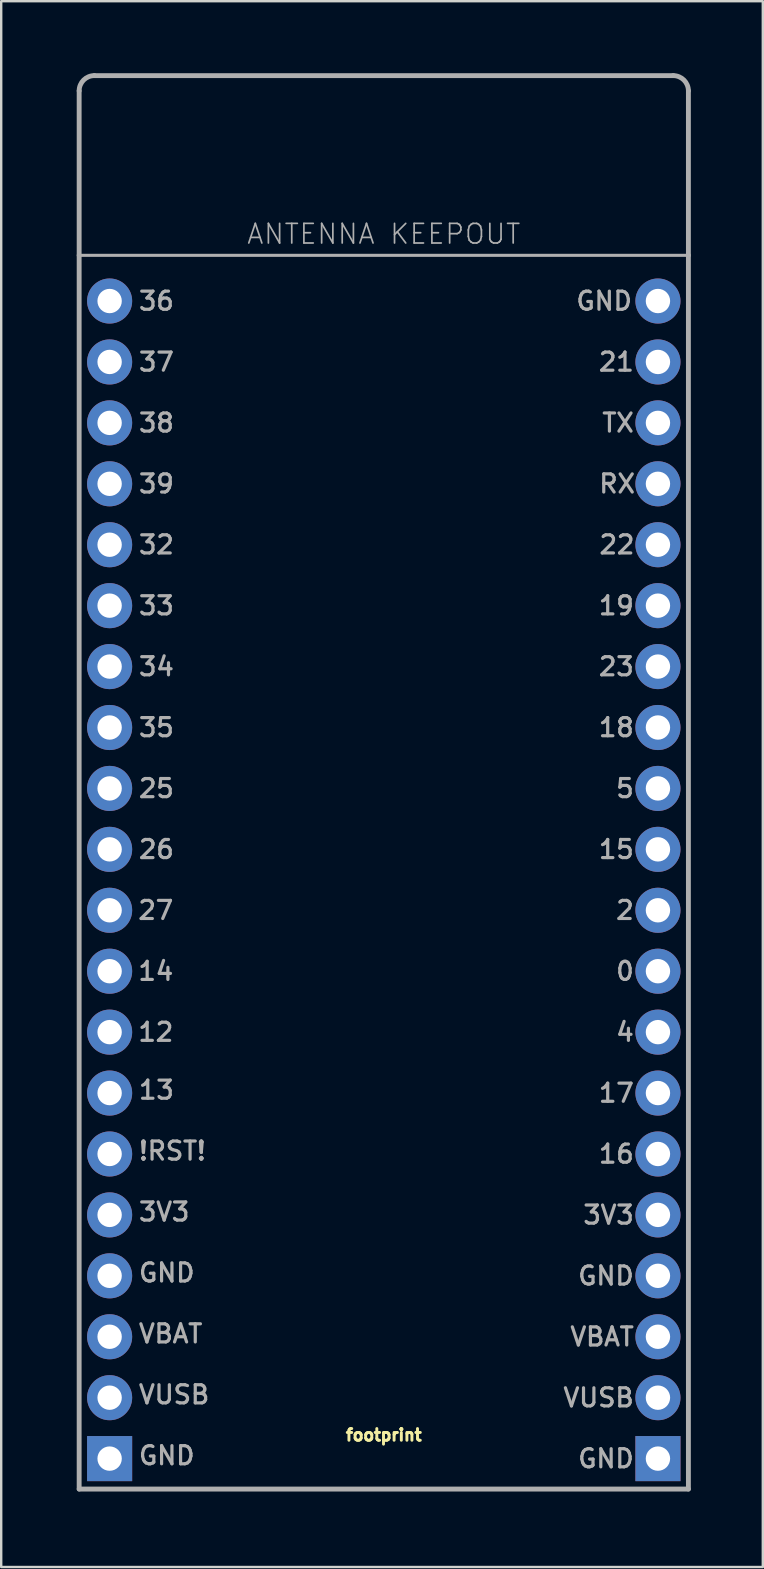
<source format=kicad_pcb>
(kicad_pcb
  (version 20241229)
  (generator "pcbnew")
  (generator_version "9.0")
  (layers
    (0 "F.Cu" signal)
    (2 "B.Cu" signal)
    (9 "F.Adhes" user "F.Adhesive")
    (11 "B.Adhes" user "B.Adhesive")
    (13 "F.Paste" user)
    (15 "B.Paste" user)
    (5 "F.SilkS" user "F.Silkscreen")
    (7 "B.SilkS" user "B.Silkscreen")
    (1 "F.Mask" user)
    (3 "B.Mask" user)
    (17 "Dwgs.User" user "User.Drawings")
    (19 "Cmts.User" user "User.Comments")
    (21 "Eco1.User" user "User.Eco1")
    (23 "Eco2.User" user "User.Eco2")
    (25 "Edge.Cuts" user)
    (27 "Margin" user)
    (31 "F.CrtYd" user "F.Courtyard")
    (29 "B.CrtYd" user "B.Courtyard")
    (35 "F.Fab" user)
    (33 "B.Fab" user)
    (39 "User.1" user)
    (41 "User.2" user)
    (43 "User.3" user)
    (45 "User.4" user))
  (footprint "footprint"
    (layer "F.Cu")
    (at 0.25 59.03)
    (property "Reference" "footprint" (at 12.7 -2.54 0) (layer "F.SilkS") (effects (font (size 0.488 0.488) (thickness 0.122)) (justify top)))
    (fp_line (start 0 -51.435) (end 0 -58.293) (stroke (width 0.203) (type solid)) (layer "F.Fab"))
    (fp_line (start 0 -51.435) (end 25.4 -51.435) (stroke (width 0.127) (type solid)) (layer "F.Fab"))
    (fp_line (start 0 0) (end 0 -51.435) (stroke (width 0.203) (type solid)) (layer "F.Fab"))
    (fp_line (start 0.635 -58.928) (end 24.765 -58.928) (stroke (width 0.203) (type solid)) (layer "F.Fab"))
    (fp_line (start 25.4 -58.293) (end 25.4 -51.435) (stroke (width 0.203) (type solid)) (layer "F.Fab"))
    (fp_line (start 25.4 -51.435) (end 25.4 0) (stroke (width 0.203) (type solid)) (layer "F.Fab"))
    (fp_line (start 25.4 0) (end 0 0) (stroke (width 0.203) (type solid)) (layer "F.Fab"))
    (fp_arc (start 0 -58.293) (mid 0.185987 -58.742013) (end 0.635 -58.928) (stroke (width 0.2032) (type solid)) (layer "F.Fab"))
    (fp_arc (start 24.765 -58.928) (mid 25.214013 -58.742013) (end 25.4 -58.293) (stroke (width 0.2032) (type solid)) (layer "F.Fab"))
    (fp_text user "!RST!" (at 2.413 -14.097 0) (layer "F.Fab") (effects (font (size 0.756 0.756) (thickness 0.133)) (justify left)))
    (fp_text user "13" (at 2.413 -16.637 0) (layer "F.Fab") (effects (font (size 0.756 0.756) (thickness 0.133)) (justify left)))
    (fp_text user "27" (at 2.388 -24.13 0) (layer "F.Fab") (effects (font (size 0.756 0.756) (thickness 0.133)) (justify left)))
    (fp_text user "VBAT" (at 23.203 -6.35 0) (layer "F.Fab") (effects (font (size 0.756 0.756) (thickness 0.133)) (justify right)))
    (fp_text user "25" (at 2.413 -29.21 0) (layer "F.Fab") (effects (font (size 0.756 0.756) (thickness 0.133)) (justify left)))
    (fp_text user "36" (at 2.413 -49.53 0) (layer "F.Fab") (effects (font (size 0.756 0.756) (thickness 0.133)) (justify left)))
    (fp_text user "15" (at 23.203 -26.67 0) (layer "F.Fab") (effects (font (size 0.756 0.756) (thickness 0.133)) (justify right)))
    (fp_text user "VUSB" (at 23.203 -3.81 0) (layer "F.Fab") (effects (font (size 0.756 0.756) (thickness 0.133)) (justify right)))
    (fp_text user "21" (at 23.203 -46.99 0) (layer "F.Fab") (effects (font (size 0.756 0.756) (thickness 0.133)) (justify right)))
    (fp_text user "3V3" (at 23.203 -11.43 0) (layer "F.Fab") (effects (font (size 0.756 0.756) (thickness 0.133)) (justify right)))
    (fp_text user "33" (at 2.413 -36.83 0) (layer "F.Fab") (effects (font (size 0.756 0.756) (thickness 0.133)) (justify left)))
    (fp_text user "37" (at 2.413 -46.99 0) (layer "F.Fab") (effects (font (size 0.756 0.756) (thickness 0.133)) (justify left)))
    (fp_text user "ANTENNA KEEPOUT" (at 12.7 -52.324 0) (layer "F.Fab") (effects (font (size 0.818 0.818) (thickness 0.071))))
    (fp_text user "34" (at 2.413 -34.29 0) (layer "F.Fab") (effects (font (size 0.756 0.756) (thickness 0.133)) (justify left)))
    (fp_text user "GND" (at 2.413 -1.397 0) (layer "F.Fab") (effects (font (size 0.756 0.756) (thickness 0.133)) (justify left)))
    (fp_text user "23" (at 23.203 -34.29 0) (layer "F.Fab") (effects (font (size 0.756 0.756) (thickness 0.133)) (justify right)))
    (fp_text user "VUSB" (at 2.413 -3.937 0) (layer "F.Fab") (effects (font (size 0.756 0.756) (thickness 0.133)) (justify left)))
    (fp_text user "38" (at 2.413 -44.45 0) (layer "F.Fab") (effects (font (size 0.756 0.756) (thickness 0.133)) (justify left)))
    (fp_text user "22" (at 23.228 -39.37 0) (layer "F.Fab") (effects (font (size 0.756 0.756) (thickness 0.133)) (justify right)))
    (fp_text user "RX" (at 23.254 -41.91 0) (layer "F.Fab") (effects (font (size 0.756 0.756) (thickness 0.133)) (justify right)))
    (fp_text user "3V3" (at 2.413 -11.557 0) (layer "F.Fab") (effects (font (size 0.756 0.756) (thickness 0.133)) (justify left)))
    (fp_text user "0" (at 23.203 -21.59 0) (layer "F.Fab") (effects (font (size 0.756 0.756) (thickness 0.133)) (justify right)))
    (fp_text user "4" (at 23.203 -19.05 0) (layer "F.Fab") (effects (font (size 0.756 0.756) (thickness 0.133)) (justify right)))
    (fp_text user "VBAT" (at 2.413 -6.477 0) (layer "F.Fab") (effects (font (size 0.756 0.756) (thickness 0.133)) (justify left)))
    (fp_text user "TX" (at 23.203 -44.45 0) (layer "F.Fab") (effects (font (size 0.756 0.756) (thickness 0.133)) (justify right)))
    (fp_text user "GND" (at 2.413 -9.017 0) (layer "F.Fab") (effects (font (size 0.756 0.756) (thickness 0.133)) (justify left)))
    (fp_text user "12" (at 2.388 -19.05 0) (layer "F.Fab") (effects (font (size 0.756 0.756) (thickness 0.133)) (justify left)))
    (fp_text user "16" (at 23.203 -13.97 0) (layer "F.Fab") (effects (font (size 0.756 0.756) (thickness 0.133)) (justify right)))
    (fp_text user "2" (at 23.203 -24.13 0) (layer "F.Fab") (effects (font (size 0.756 0.756) (thickness 0.133)) (justify right)))
    (fp_text user "32" (at 2.413 -39.37 0) (layer "F.Fab") (effects (font (size 0.756 0.756) (thickness 0.133)) (justify left)))
    (fp_text user "39" (at 2.413 -41.91 0) (layer "F.Fab") (effects (font (size 0.756 0.756) (thickness 0.133)) (justify left)))
    (fp_text user "GND" (at 23.203 -1.27 0) (layer "F.Fab") (effects (font (size 0.756 0.756) (thickness 0.133)) (justify right)))
    (fp_text user "GND" (at 23.127 -49.53 0) (layer "F.Fab") (effects (font (size 0.756 0.756) (thickness 0.133)) (justify right)))
    (fp_text user "17" (at 23.203 -16.51 0) (layer "F.Fab") (effects (font (size 0.756 0.756) (thickness 0.133)) (justify right)))
    (fp_text user "GND" (at 23.203 -8.89 0) (layer "F.Fab") (effects (font (size 0.756 0.756) (thickness 0.133)) (justify right)))
    (fp_text user "19" (at 23.203 -36.83 0) (layer "F.Fab") (effects (font (size 0.756 0.756) (thickness 0.133)) (justify right)))
    (fp_text user "14" (at 2.388 -21.59 0) (layer "F.Fab") (effects (font (size 0.756 0.756) (thickness 0.133)) (justify left)))
    (fp_text user "5" (at 23.203 -29.21 0) (layer "F.Fab") (effects (font (size 0.756 0.756) (thickness 0.133)) (justify right)))
    (fp_text user "18" (at 23.203 -31.75 0) (layer "F.Fab") (effects (font (size 0.756 0.756) (thickness 0.133)) (justify right)))
    (fp_text user "35" (at 2.413 -31.75 0) (layer "F.Fab") (effects (font (size 0.756 0.756) (thickness 0.133)) (justify left)))
    (fp_text user "26" (at 2.413 -26.67 0) (layer "F.Fab") (effects (font (size 0.756 0.756) (thickness 0.133)) (justify left)))
    (pad "1" thru_hole rect (at 1.27 -1.27 180) (size 1.88 1.88) (drill 1.016) (layers "*.Cu" "*.Mask"))
    (pad "2" thru_hole circle (at 1.27 -3.81 180) (size 1.88 1.88) (drill 1.016) (layers "*.Cu" "*.Mask"))
    (pad "3" thru_hole circle (at 1.27 -6.35 180) (size 1.88 1.88) (drill 1.016) (layers "*.Cu" "*.Mask"))
    (pad "4" thru_hole circle (at 1.27 -8.89 180) (size 1.88 1.88) (drill 1.016) (layers "*.Cu" "*.Mask"))
    (pad "5" thru_hole circle (at 1.27 -11.43 180) (size 1.88 1.88) (drill 1.016) (layers "*.Cu" "*.Mask"))
    (pad "6" thru_hole circle (at 1.27 -13.97 180) (size 1.88 1.88) (drill 1.016) (layers "*.Cu" "*.Mask"))
    (pad "7" thru_hole circle (at 1.27 -16.51 180) (size 1.88 1.88) (drill 1.016) (layers "*.Cu" "*.Mask"))
    (pad "8" thru_hole circle (at 1.27 -19.05 180) (size 1.88 1.88) (drill 1.016) (layers "*.Cu" "*.Mask"))
    (pad "9" thru_hole circle (at 1.27 -21.59 180) (size 1.88 1.88) (drill 1.016) (layers "*.Cu" "*.Mask"))
    (pad "10" thru_hole circle (at 1.27 -24.13 180) (size 1.88 1.88) (drill 1.016) (layers "*.Cu" "*.Mask"))
    (pad "11" thru_hole circle (at 1.27 -26.67 180) (size 1.88 1.88) (drill 1.016) (layers "*.Cu" "*.Mask"))
    (pad "12" thru_hole circle (at 1.27 -29.21 180) (size 1.88 1.88) (drill 1.016) (layers "*.Cu" "*.Mask"))
    (pad "13" thru_hole circle (at 1.27 -31.75 180) (size 1.88 1.88) (drill 1.016) (layers "*.Cu" "*.Mask"))
    (pad "14" thru_hole circle (at 1.27 -34.29 180) (size 1.88 1.88) (drill 1.016) (layers "*.Cu" "*.Mask"))
    (pad "15" thru_hole circle (at 1.27 -36.83 180) (size 1.88 1.88) (drill 1.016) (layers "*.Cu" "*.Mask"))
    (pad "16" thru_hole circle (at 1.27 -39.37 180) (size 1.88 1.88) (drill 1.016) (layers "*.Cu" "*.Mask"))
    (pad "17" thru_hole circle (at 1.27 -41.91 180) (size 1.88 1.88) (drill 1.016) (layers "*.Cu" "*.Mask"))
    (pad "18" thru_hole circle (at 1.27 -44.45 180) (size 1.88 1.88) (drill 1.016) (layers "*.Cu" "*.Mask"))
    (pad "19" thru_hole circle (at 1.27 -46.99 180) (size 1.88 1.88) (drill 1.016) (layers "*.Cu" "*.Mask"))
    (pad "20" thru_hole circle (at 1.27 -49.53 180) (size 1.88 1.88) (drill 1.016) (layers "*.Cu" "*.Mask"))
    (pad "21" thru_hole circle (at 24.13 -49.53 180) (size 1.88 1.88) (drill 1.016) (layers "*.Cu" "*.Mask"))
    (pad "22" thru_hole circle (at 24.13 -46.99 180) (size 1.88 1.88) (drill 1.016) (layers "*.Cu" "*.Mask"))
    (pad "23" thru_hole circle (at 24.13 -44.45 180) (size 1.88 1.88) (drill 1.016) (layers "*.Cu" "*.Mask"))
    (pad "24" thru_hole circle (at 24.13 -41.91 180) (size 1.88 1.88) (drill 1.016) (layers "*.Cu" "*.Mask"))
    (pad "25" thru_hole circle (at 24.13 -39.37 180) (size 1.88 1.88) (drill 1.016) (layers "*.Cu" "*.Mask"))
    (pad "26" thru_hole circle (at 24.13 -36.83 180) (size 1.88 1.88) (drill 1.016) (layers "*.Cu" "*.Mask"))
    (pad "27" thru_hole circle (at 24.13 -34.29 180) (size 1.88 1.88) (drill 1.016) (layers "*.Cu" "*.Mask"))
    (pad "28" thru_hole circle (at 24.13 -31.75 180) (size 1.88 1.88) (drill 1.016) (layers "*.Cu" "*.Mask"))
    (pad "29" thru_hole circle (at 24.13 -29.21 180) (size 1.88 1.88) (drill 1.016) (layers "*.Cu" "*.Mask"))
    (pad "30" thru_hole circle (at 24.13 -26.67 180) (size 1.88 1.88) (drill 1.016) (layers "*.Cu" "*.Mask"))
    (pad "31" thru_hole circle (at 24.13 -24.13 180) (size 1.88 1.88) (drill 1.016) (layers "*.Cu" "*.Mask"))
    (pad "32" thru_hole circle (at 24.13 -21.59 180) (size 1.88 1.88) (drill 1.016) (layers "*.Cu" "*.Mask"))
    (pad "33" thru_hole circle (at 24.13 -19.05 180) (size 1.88 1.88) (drill 1.016) (layers "*.Cu" "*.Mask"))
    (pad "34" thru_hole circle (at 24.13 -16.51 180) (size 1.88 1.88) (drill 1.016) (layers "*.Cu" "*.Mask"))
    (pad "35" thru_hole circle (at 24.13 -13.97 180) (size 1.88 1.88) (drill 1.016) (layers "*.Cu" "*.Mask"))
    (pad "36" thru_hole circle (at 24.13 -11.43 180) (size 1.88 1.88) (drill 1.016) (layers "*.Cu" "*.Mask"))
    (pad "37" thru_hole circle (at 24.13 -8.89 180) (size 1.88 1.88) (drill 1.016) (layers "*.Cu" "*.Mask"))
    (pad "38" thru_hole circle (at 24.13 -6.35 180) (size 1.88 1.88) (drill 1.016) (layers "*.Cu" "*.Mask"))
    (pad "39" thru_hole circle (at 24.13 -3.81 180) (size 1.88 1.88) (drill 1.016) (layers "*.Cu" "*.Mask"))
    (pad "40" thru_hole rect (at 24.13 -1.27 180) (size 1.88 1.88) (drill 1.016) (layers "*.Cu" "*.Mask"))
    (zone (net_name "") (layer "F.Cu") (hatch edge 0.508) (connect_pads) (min_thickness 0.254) (filled_areas_thickness no) (keepout (tracks not_allowed) (vias not_allowed) (pads not_allowed) (copperpour not_allowed) (footprints allowed)) (placement (enabled no)) (fill) (polygon (pts (xy 0.25 7.595) (xy 25.65 7.595) (xy 25.65 0.102) (xy 21.713 0.102) (xy 0.25 0.102))))
    (zone (net_name "") (layer "B.Cu") (hatch edge 0.508) (connect_pads) (min_thickness 0.254) (filled_areas_thickness no) (keepout (tracks not_allowed) (vias not_allowed) (pads not_allowed) (copperpour not_allowed) (footprints allowed)) (placement (enabled no)) (fill) (polygon (pts (xy 0.25 7.595) (xy 25.65 7.595) (xy 25.65 0.102) (xy 21.713 0.102) (xy 0.25 0.102)))))
  (gr_rect
    (start -3 -3)
    (end 28.752 62.28)
    (stroke (width 0.1) (type default))
    (fill no)
    (layer "Edge.Cuts")))
</source>
